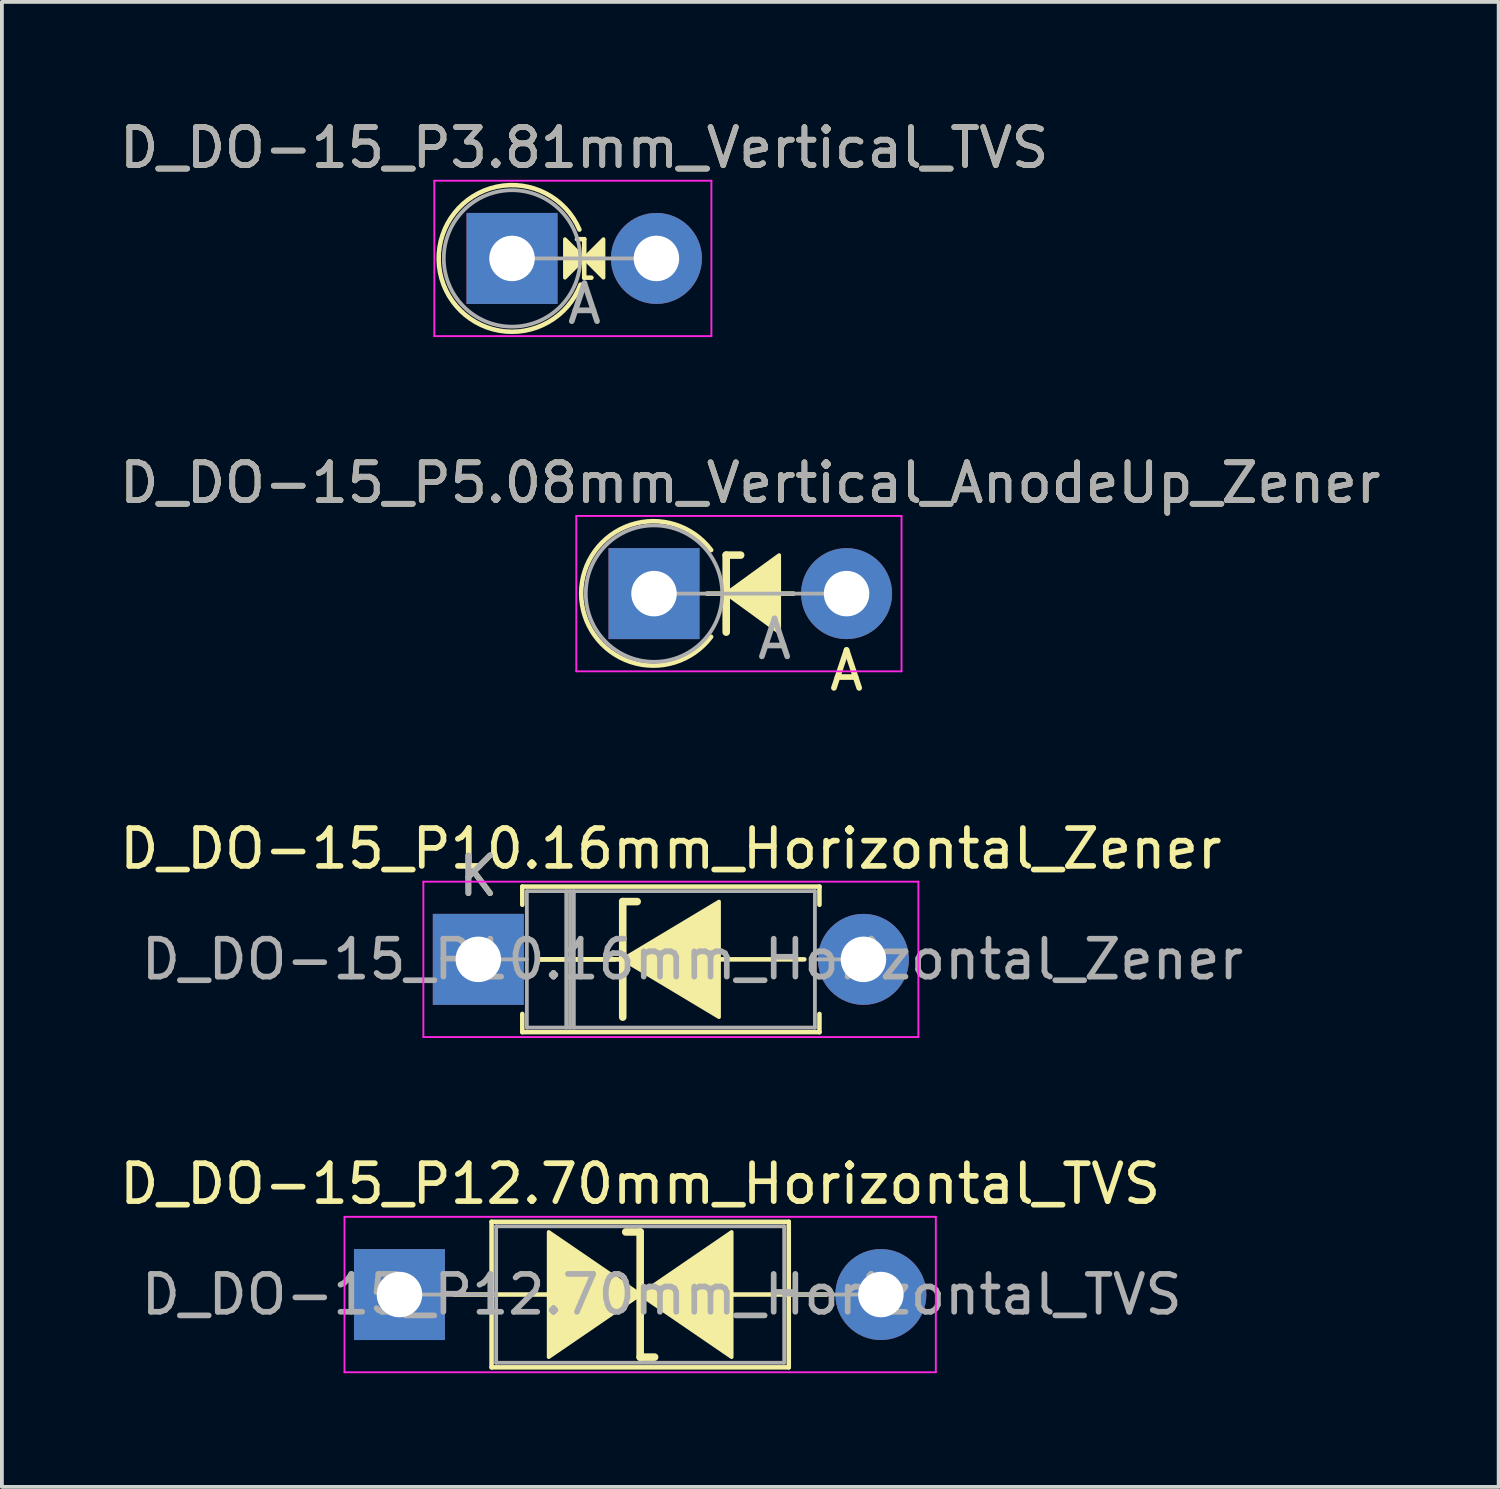
<source format=kicad_pcb>
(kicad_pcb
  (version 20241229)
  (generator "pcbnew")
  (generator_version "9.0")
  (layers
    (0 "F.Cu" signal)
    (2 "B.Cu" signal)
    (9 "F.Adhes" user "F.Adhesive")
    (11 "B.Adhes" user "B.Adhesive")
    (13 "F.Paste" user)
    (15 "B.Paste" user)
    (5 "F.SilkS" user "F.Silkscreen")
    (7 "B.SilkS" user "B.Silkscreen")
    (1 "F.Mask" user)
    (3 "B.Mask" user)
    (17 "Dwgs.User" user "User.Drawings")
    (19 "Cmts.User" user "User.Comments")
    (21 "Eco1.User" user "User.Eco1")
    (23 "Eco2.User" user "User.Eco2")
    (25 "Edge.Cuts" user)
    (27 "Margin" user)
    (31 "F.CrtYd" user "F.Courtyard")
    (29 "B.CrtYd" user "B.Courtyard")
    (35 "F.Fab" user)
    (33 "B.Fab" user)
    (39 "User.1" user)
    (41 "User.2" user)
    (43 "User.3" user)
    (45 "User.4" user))
  (footprint "D_DO-15_P12.70mm_Horizontal_TVS"
    (layer "F.Cu")
    (at 7.489 31.103)
    (property "Reference" "D_DO-15_P12.70mm_Horizontal_TVS" (at 6.35 -2.92 0) (layer "F.SilkS") (effects (font (size 1 1) (thickness 0.15))))
    (attr through_hole)
    (fp_line (start 1.44 0) (end 2.43 0) (stroke (width 0.12) (type solid)) (layer "F.SilkS"))
    (fp_line (start 2.43 -1.92) (end 2.43 1.92) (stroke (width 0.12) (type solid)) (layer "F.SilkS"))
    (fp_line (start 2.43 0) (end 3.937 0) (stroke (width 0.12) (type solid)) (layer "F.SilkS"))
    (fp_line (start 2.43 1.92) (end 10.27 1.92) (stroke (width 0.12) (type solid)) (layer "F.SilkS"))
    (fp_line (start 6.35 -1.651) (end 5.969 -1.651) (stroke (width 0.2) (type solid)) (layer "F.SilkS"))
    (fp_line (start 6.35 1.651) (end 6.35 -1.651) (stroke (width 0.2) (type solid)) (layer "F.SilkS"))
    (fp_line (start 6.731 1.651) (end 6.35 1.651) (stroke (width 0.2) (type solid)) (layer "F.SilkS"))
    (fp_line (start 10.27 -1.92) (end 2.43 -1.92) (stroke (width 0.12) (type solid)) (layer "F.SilkS"))
    (fp_line (start 10.27 1.92) (end 10.27 -1.92) (stroke (width 0.12) (type solid)) (layer "F.SilkS"))
    (fp_line (start 10.287 0) (end 8.763 0) (stroke (width 0.12) (type solid)) (layer "F.SilkS"))
    (fp_line (start 11.26 0) (end 10.27 0) (stroke (width 0.12) (type solid)) (layer "F.SilkS"))
    (fp_poly (pts (xy 6.35 0) (xy 3.937 1.651) (xy 3.937 -1.651)) (stroke (width 0.1) (type solid)) (fill yes) (layer "F.SilkS"))
    (fp_poly (pts (xy 6.35 0) (xy 8.763 -1.651) (xy 8.763 1.651)) (stroke (width 0.1) (type solid)) (fill yes) (layer "F.SilkS"))
    (fp_line (start -1.45 -2.05) (end -1.45 2.05) (stroke (width 0.05) (type solid)) (layer "F.CrtYd"))
    (fp_line (start -1.45 2.05) (end 14.15 2.05) (stroke (width 0.05) (type solid)) (layer "F.CrtYd"))
    (fp_line (start 14.15 -2.05) (end -1.45 -2.05) (stroke (width 0.05) (type solid)) (layer "F.CrtYd"))
    (fp_line (start 14.15 2.05) (end 14.15 -2.05) (stroke (width 0.05) (type solid)) (layer "F.CrtYd"))
    (fp_line (start 0 0) (end 2.55 0) (stroke (width 0.1) (type solid)) (layer "F.Fab"))
    (fp_line (start 2.55 -1.8) (end 2.55 1.8) (stroke (width 0.1) (type solid)) (layer "F.Fab"))
    (fp_line (start 2.55 1.8) (end 10.15 1.8) (stroke (width 0.1) (type solid)) (layer "F.Fab"))
    (fp_line (start 10.15 -1.8) (end 2.55 -1.8) (stroke (width 0.1) (type solid)) (layer "F.Fab"))
    (fp_line (start 10.15 1.8) (end 10.15 -1.8) (stroke (width 0.1) (type solid)) (layer "F.Fab"))
    (fp_line (start 12.7 0) (end 10.15 0) (stroke (width 0.1) (type solid)) (layer "F.Fab"))
    (fp_text user "${REFERENCE}" (at 6.92 0 0) (layer "F.Fab") (effects (font (size 1 1) (thickness 0.15))))
    (pad "1" thru_hole rect (at 0 0) (size 2.4 2.4) (drill 1.2) (layers "*.Cu" "*.Mask"))
    (pad "2" thru_hole oval (at 12.7 0) (size 2.4 2.4) (drill 1.2) (layers "*.Cu" "*.Mask")))
  (footprint "D_DO-15_P3.81mm_Vertical_TVS"
    (layer "F.Cu")
    (at 10.458 3.768)
    (property "Reference" "D_DO-15_P3.81mm_Vertical_TVS" (at 1.905 -2.92 0) (layer "F.SilkS") (effects (font (size 1 1) (thickness 0.15))))
    (attr through_hole)
    (fp_line (start 1.714 -0.508) (end 1.905 -0.508) (stroke (width 0.12) (type solid)) (layer "F.SilkS"))
    (fp_line (start 1.905 -0.508) (end 1.905 0.508) (stroke (width 0.12) (type solid)) (layer "F.SilkS"))
    (fp_line (start 1.905 0.508) (end 2.095 0.508) (stroke (width 0.12) (type solid)) (layer "F.SilkS"))
    (fp_arc (start 1.806184 0.692547) (mid -1.934042 0.037477) (end 1.777999 -0.761999) (stroke (width 0.12) (type solid)) (layer "F.SilkS"))
    (fp_poly (pts (xy 1.397 -0.508) (xy 1.905 0) (xy 1.397 0.508)) (stroke (width 0.1) (type solid)) (fill yes) (layer "F.SilkS"))
    (fp_poly (pts (xy 2.413 0.508) (xy 1.905 0) (xy 2.413 -0.508)) (stroke (width 0.1) (type solid)) (fill yes) (layer "F.SilkS"))
    (fp_line (start -2.05 -2.05) (end -2.05 2.05) (stroke (width 0.05) (type solid)) (layer "F.CrtYd"))
    (fp_line (start -2.05 2.05) (end 5.26 2.05) (stroke (width 0.05) (type solid)) (layer "F.CrtYd"))
    (fp_line (start 5.26 -2.05) (end -2.05 -2.05) (stroke (width 0.05) (type solid)) (layer "F.CrtYd"))
    (fp_line (start 5.26 2.05) (end 5.26 -2.05) (stroke (width 0.05) (type solid)) (layer "F.CrtYd"))
    (fp_line (start 0 0) (end 3.81 0) (stroke (width 0.1) (type solid)) (layer "F.Fab"))
    (fp_circle (center 0 0) (end 1.8 0) (stroke (width 0.1) (type solid)) (fill no) (layer "F.Fab"))
    (fp_text user "A" (at 1.91 1.2 0) (layer "F.Fab") (effects (font (size 1 1) (thickness 0.15))))
    (fp_text user "${REFERENCE}" (at 1.905 -2.92 0) (layer "F.Fab") (effects (font (size 1 1) (thickness 0.15))))
    (pad "1" thru_hole rect (at 0 0) (size 2.4 2.4) (drill 1.2) (layers "*.Cu" "*.Mask"))
    (pad "2" thru_hole oval (at 3.81 0) (size 2.4 2.4) (drill 1.2) (layers "*.Cu" "*.Mask")))
  (footprint "D_DO-15_P5.08mm_Vertical_AnodeUp_Zener"
    (layer "F.Cu")
    (at 14.204 12.611)
    (property "Reference" "D_DO-15_P5.08mm_Vertical_AnodeUp_Zener" (at 2.54 -2.92 0) (layer "F.SilkS") (effects (font (size 1 1) (thickness 0.15))))
    (attr through_hole)
    (fp_line (start 1.397 0) (end 2.413 0) (stroke (width 0.12) (type solid)) (layer "F.SilkS"))
    (fp_line (start 1.905 -1.016) (end 1.905 1.016) (stroke (width 0.2) (type solid)) (layer "F.SilkS"))
    (fp_line (start 1.905 -1.016) (end 2.286 -1.016) (stroke (width 0.2) (type solid)) (layer "F.SilkS"))
    (fp_line (start 1.92 0) (end 3.683 0) (stroke (width 0.12) (type solid)) (layer "F.SilkS"))
    (fp_arc (start 1.506315 1.139497) (mid -1.921017 -0.00711) (end 1.507982 -1.148722) (stroke (width 0.12) (type solid)) (layer "F.SilkS"))
    (fp_poly (pts (xy 3.302 1.016) (xy 1.905 0) (xy 3.302 -1.016)) (stroke (width 0.1) (type solid)) (fill yes) (layer "F.SilkS"))
    (fp_line (start -2.05 -2.05) (end -2.05 2.05) (stroke (width 0.05) (type solid)) (layer "F.CrtYd"))
    (fp_line (start -2.05 2.05) (end 6.53 2.05) (stroke (width 0.05) (type solid)) (layer "F.CrtYd"))
    (fp_line (start 6.53 -2.05) (end -2.05 -2.05) (stroke (width 0.05) (type solid)) (layer "F.CrtYd"))
    (fp_line (start 6.53 2.05) (end 6.53 -2.05) (stroke (width 0.05) (type solid)) (layer "F.CrtYd"))
    (fp_line (start 0 0) (end 5.08 0) (stroke (width 0.1) (type solid)) (layer "F.Fab"))
    (fp_circle (center 0 0) (end 1.8 0) (stroke (width 0.1) (type solid)) (fill no) (layer "F.Fab"))
    (fp_text user "A" (at 5.08 2.032 0) (layer "F.SilkS") (effects (font (size 1 1) (thickness 0.15))))
    (fp_text user "${REFERENCE}" (at 2.54 -2.92 0) (layer "F.Fab") (effects (font (size 1 1) (thickness 0.15))))
    (fp_text user "A" (at 3.18 1.2 0) (layer "F.Fab") (effects (font (size 1 1) (thickness 0.15))))
    (pad "1" thru_hole rect (at 0 0) (size 2.4 2.4) (drill 1.2) (layers "*.Cu" "*.Mask"))
    (pad "2" thru_hole oval (at 5.08 0) (size 2.4 2.4) (drill 1.2) (layers "*.Cu" "*.Mask")))
  (footprint "D_DO-15_P10.16mm_Horizontal_Zener"
    (layer "F.Cu")
    (at 9.569 22.26)
    (property "Reference" "D_DO-15_P10.16mm_Horizontal_Zener" (at 5.08 -2.92 0) (layer "F.SilkS") (effects (font (size 1 1) (thickness 0.15))))
    (attr through_hole)
    (fp_line (start 1.16 -1.92) (end 9 -1.92) (stroke (width 0.12) (type solid)) (layer "F.SilkS"))
    (fp_line (start 1.16 -1.44) (end 1.16 -1.92) (stroke (width 0.12) (type solid)) (layer "F.SilkS"))
    (fp_line (start 1.16 1.44) (end 1.16 1.92) (stroke (width 0.12) (type solid)) (layer "F.SilkS"))
    (fp_line (start 1.16 1.92) (end 9 1.92) (stroke (width 0.12) (type solid)) (layer "F.SilkS"))
    (fp_line (start 1.6 0) (end 3.81 0) (stroke (width 0.12) (type solid)) (layer "F.SilkS"))
    (fp_line (start 3.6 0) (end 1.6 0) (stroke (width 0.12) (type solid)) (layer "F.SilkS"))
    (fp_line (start 3.81 -1.524) (end 3.81 1.524) (stroke (width 0.2) (type solid)) (layer "F.SilkS"))
    (fp_line (start 3.81 -1.524) (end 4.191 -1.524) (stroke (width 0.2) (type solid)) (layer "F.SilkS"))
    (fp_line (start 8.6 0) (end 6.413 0) (stroke (width 0.12) (type solid)) (layer "F.SilkS"))
    (fp_line (start 9 -1.92) (end 9 -1.44) (stroke (width 0.12) (type solid)) (layer "F.SilkS"))
    (fp_line (start 9 1.92) (end 9 1.44) (stroke (width 0.12) (type solid)) (layer "F.SilkS"))
    (fp_poly (pts (xy 6.35 1.524) (xy 3.81 0) (xy 6.35 -1.524)) (stroke (width 0.1) (type solid)) (fill yes) (layer "F.SilkS"))
    (fp_line (start -1.45 -2.05) (end -1.45 2.05) (stroke (width 0.05) (type solid)) (layer "F.CrtYd"))
    (fp_line (start -1.45 2.05) (end 11.61 2.05) (stroke (width 0.05) (type solid)) (layer "F.CrtYd"))
    (fp_line (start 11.61 -2.05) (end -1.45 -2.05) (stroke (width 0.05) (type solid)) (layer "F.CrtYd"))
    (fp_line (start 11.61 2.05) (end 11.61 -2.05) (stroke (width 0.05) (type solid)) (layer "F.CrtYd"))
    (fp_line (start 0 0) (end 1.28 0) (stroke (width 0.1) (type solid)) (layer "F.Fab"))
    (fp_line (start 1.28 -1.8) (end 1.28 1.8) (stroke (width 0.1) (type solid)) (layer "F.Fab"))
    (fp_line (start 1.28 1.8) (end 8.88 1.8) (stroke (width 0.1) (type solid)) (layer "F.Fab"))
    (fp_line (start 2.32 -1.8) (end 2.32 1.8) (stroke (width 0.1) (type solid)) (layer "F.Fab"))
    (fp_line (start 2.42 -1.8) (end 2.42 1.8) (stroke (width 0.1) (type solid)) (layer "F.Fab"))
    (fp_line (start 2.52 -1.8) (end 2.52 1.8) (stroke (width 0.1) (type solid)) (layer "F.Fab"))
    (fp_line (start 8.88 -1.8) (end 1.28 -1.8) (stroke (width 0.1) (type solid)) (layer "F.Fab"))
    (fp_line (start 8.88 1.8) (end 8.88 -1.8) (stroke (width 0.1) (type solid)) (layer "F.Fab"))
    (fp_line (start 10.16 0) (end 8.88 0) (stroke (width 0.1) (type solid)) (layer "F.Fab"))
    (fp_text user "K" (at 0 -2.2 0) (layer "F.SilkS") (effects (font (size 1 1) (thickness 0.15))))
    (fp_text user "${REFERENCE}" (at 5.65 0 0) (layer "F.Fab") (effects (font (size 1 1) (thickness 0.15))))
    (fp_text user "K" (at 0 -2.2 0) (layer "F.Fab") (effects (font (size 1 1) (thickness 0.15))))
    (pad "1" thru_hole rect (at 0 0) (size 2.4 2.4) (drill 1.2) (layers "*.Cu" "*.Mask"))
    (pad "2" thru_hole oval (at 10.16 0) (size 2.4 2.4) (drill 1.2) (layers "*.Cu" "*.Mask")))
  (gr_rect
    (start -3 -3)
    (end 36.488 36.178)
    (stroke (width 0.1) (type default))
    (fill no)
    (layer "Edge.Cuts")))
</source>
